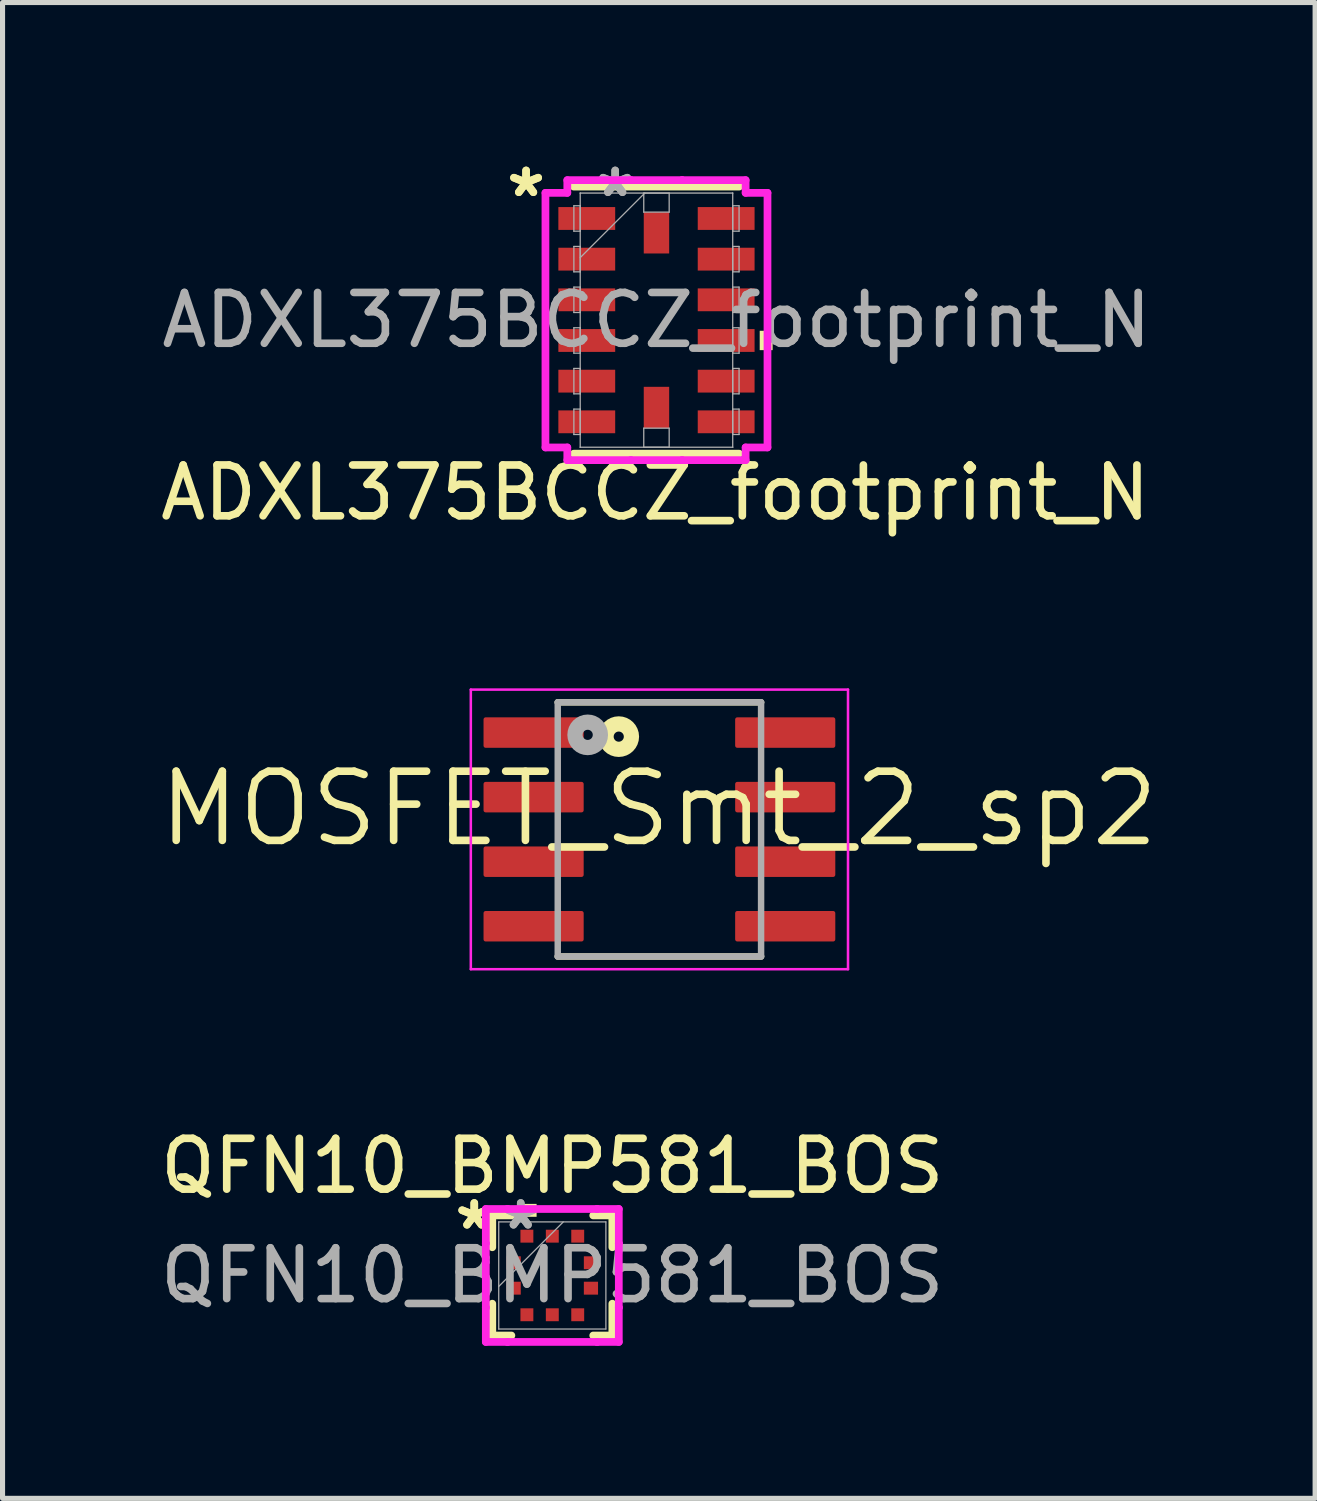
<source format=kicad_pcb>
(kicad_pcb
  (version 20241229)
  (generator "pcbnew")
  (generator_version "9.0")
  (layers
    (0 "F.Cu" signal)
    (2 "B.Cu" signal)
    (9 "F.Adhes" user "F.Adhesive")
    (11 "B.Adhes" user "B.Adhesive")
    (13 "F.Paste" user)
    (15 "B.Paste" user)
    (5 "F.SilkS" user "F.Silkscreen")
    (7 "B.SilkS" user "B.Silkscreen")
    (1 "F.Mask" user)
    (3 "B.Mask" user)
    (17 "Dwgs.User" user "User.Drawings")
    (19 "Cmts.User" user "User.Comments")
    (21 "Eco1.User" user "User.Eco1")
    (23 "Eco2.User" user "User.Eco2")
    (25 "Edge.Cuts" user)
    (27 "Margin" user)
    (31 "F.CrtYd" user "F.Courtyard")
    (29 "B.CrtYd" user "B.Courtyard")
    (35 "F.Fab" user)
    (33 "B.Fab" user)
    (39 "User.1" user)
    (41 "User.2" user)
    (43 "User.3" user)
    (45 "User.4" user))
  (footprint "MOSFET_Smt_2_sp2"
    (layer "F.Cu")
    (at 9.922 13.266)
    (property "Reference" "MOSFET_Smt_2_sp2" (at -0.011 -0.406 180) (layer "F.SilkS") (effects (font (size 1.361 1.361) (thickness 0.15))))
    (attr smd)
    (fp_line (start -2 -2.5) (end 2 -2.5) (stroke (width 0.127) (type solid)) (layer "F.SilkS"))
    (fp_line (start -2 2.5) (end 2 2.5) (stroke (width 0.127) (type solid)) (layer "F.SilkS"))
    (fp_circle (center -0.8 -1.825) (end -0.7 -1.825) (stroke (width 0.3) (type solid)) (fill no) (layer "F.SilkS"))
    (fp_line (start -3.71 -2.75) (end -3.71 2.75) (stroke (width 0.05) (type solid)) (layer "F.CrtYd"))
    (fp_line (start -3.71 -2.75) (end 3.71 -2.75) (stroke (width 0.05) (type solid)) (layer "F.CrtYd"))
    (fp_line (start -3.71 2.75) (end 3.71 2.75) (stroke (width 0.05) (type solid)) (layer "F.CrtYd"))
    (fp_line (start 3.71 -2.75) (end 3.71 2.75) (stroke (width 0.05) (type solid)) (layer "F.CrtYd"))
    (fp_line (start -2 -2.5) (end -2 2.5) (stroke (width 0.127) (type solid)) (layer "F.Fab"))
    (fp_line (start -2 -2.5) (end 2 -2.5) (stroke (width 0.127) (type solid)) (layer "F.Fab"))
    (fp_line (start -2 2.5) (end 2 2.5) (stroke (width 0.127) (type solid)) (layer "F.Fab"))
    (fp_line (start 2 -2.5) (end 2 2.5) (stroke (width 0.127) (type solid)) (layer "F.Fab"))
    (fp_circle (center -1.411 -1.86) (end -1.311 -1.86) (stroke (width 0.3) (type solid)) (fill no) (layer "F.Fab"))
    (pad "1" smd roundrect (at -2.475 -1.905) (size 1.97 0.6) (layers "F.Cu" "F.Mask" "F.Paste") (roundrect_rratio 0.07))
    (pad "2" smd roundrect (at -2.475 -0.635) (size 1.97 0.6) (layers "F.Cu" "F.Mask" "F.Paste") (roundrect_rratio 0.07))
    (pad "3" smd roundrect (at -2.475 0.635) (size 1.97 0.6) (layers "F.Cu" "F.Mask" "F.Paste") (roundrect_rratio 0.07))
    (pad "4" smd roundrect (at -2.475 1.905) (size 1.97 0.6) (layers "F.Cu" "F.Mask" "F.Paste") (roundrect_rratio 0.07))
    (pad "5" smd roundrect (at 2.475 1.905) (size 1.97 0.6) (layers "F.Cu" "F.Mask" "F.Paste") (roundrect_rratio 0.07))
    (pad "6" smd roundrect (at 2.475 0.635) (size 1.97 0.6) (layers "F.Cu" "F.Mask" "F.Paste") (roundrect_rratio 0.07))
    (pad "7" smd roundrect (at 2.475 -0.635) (size 1.97 0.6) (layers "F.Cu" "F.Mask" "F.Paste") (roundrect_rratio 0.07))
    (pad "8" smd roundrect (at 2.475 -1.905) (size 1.97 0.6) (layers "F.Cu" "F.Mask" "F.Paste") (roundrect_rratio 0.07)))
  (footprint "ADXL375BCCZ_footprint_N"
    (layer "F.Cu")
    (at 9.864 3.248)
    (property "Reference" "ADXL375BCCZ_footprint_N" (at -0.025 3.394 0) (unlocked yes) (layer "F.SilkS") (effects (font (size 1 1) (thickness 0.15))))
    (attr smd)
    (fp_line (start -1.627 2.627) (end 1.627 2.627) (stroke (width 0.152) (type solid)) (layer "F.SilkS"))
    (fp_line (start 1.627 -2.627) (end -1.627 -2.627) (stroke (width 0.152) (type solid)) (layer "F.SilkS"))
    (fp_poly (pts (xy 2.285 0.209) (xy 2.285 0.59) (xy 2.031 0.59) (xy 2.031 0.209)) (stroke (width 0) (type solid)) (fill yes) (layer "F.SilkS"))
    (fp_line (start -2.184 -2.504) (end -1.754 -2.504) (stroke (width 0.152) (type solid)) (layer "F.CrtYd"))
    (fp_line (start -2.184 2.504) (end -2.184 -2.504) (stroke (width 0.152) (type solid)) (layer "F.CrtYd"))
    (fp_line (start -1.754 -2.754) (end -0.504 -2.754) (stroke (width 0.152) (type solid)) (layer "F.CrtYd"))
    (fp_line (start -1.754 -2.504) (end -1.754 -2.754) (stroke (width 0.152) (type solid)) (layer "F.CrtYd"))
    (fp_line (start -1.754 2.504) (end -2.184 2.504) (stroke (width 0.152) (type solid)) (layer "F.CrtYd"))
    (fp_line (start -1.754 2.754) (end -1.754 2.504) (stroke (width 0.152) (type solid)) (layer "F.CrtYd"))
    (fp_line (start -0.504 -2.754) (end -0.504 -2.754) (stroke (width 0.152) (type solid)) (layer "F.CrtYd"))
    (fp_line (start -0.504 -2.754) (end 0.504 -2.754) (stroke (width 0.152) (type solid)) (layer "F.CrtYd"))
    (fp_line (start -0.504 2.754) (end -1.754 2.754) (stroke (width 0.152) (type solid)) (layer "F.CrtYd"))
    (fp_line (start -0.504 2.754) (end -0.504 2.754) (stroke (width 0.152) (type solid)) (layer "F.CrtYd"))
    (fp_line (start 0.504 -2.754) (end 0.504 -2.754) (stroke (width 0.152) (type solid)) (layer "F.CrtYd"))
    (fp_line (start 0.504 -2.754) (end 1.754 -2.754) (stroke (width 0.152) (type solid)) (layer "F.CrtYd"))
    (fp_line (start 0.504 2.754) (end -0.504 2.754) (stroke (width 0.152) (type solid)) (layer "F.CrtYd"))
    (fp_line (start 0.504 2.754) (end 0.504 2.754) (stroke (width 0.152) (type solid)) (layer "F.CrtYd"))
    (fp_line (start 1.754 -2.754) (end 1.754 -2.504) (stroke (width 0.152) (type solid)) (layer "F.CrtYd"))
    (fp_line (start 1.754 -2.504) (end 2.184 -2.504) (stroke (width 0.152) (type solid)) (layer "F.CrtYd"))
    (fp_line (start 1.754 2.504) (end 1.754 2.754) (stroke (width 0.152) (type solid)) (layer "F.CrtYd"))
    (fp_line (start 1.754 2.754) (end 0.504 2.754) (stroke (width 0.152) (type solid)) (layer "F.CrtYd"))
    (fp_line (start 2.184 -2.504) (end 2.184 2.504) (stroke (width 0.152) (type solid)) (layer "F.CrtYd"))
    (fp_line (start 2.184 2.504) (end 1.754 2.504) (stroke (width 0.152) (type solid)) (layer "F.CrtYd"))
    (fp_line (start -1.625 -2.25) (end -1.625 -1.75) (stroke (width 0.025) (type solid)) (layer "F.Fab"))
    (fp_line (start -1.625 -1.75) (end -1.5 -1.75) (stroke (width 0.025) (type solid)) (layer "F.Fab"))
    (fp_line (start -1.625 -1.45) (end -1.625 -0.95) (stroke (width 0.025) (type solid)) (layer "F.Fab"))
    (fp_line (start -1.625 -0.95) (end -1.5 -0.95) (stroke (width 0.025) (type solid)) (layer "F.Fab"))
    (fp_line (start -1.625 -0.65) (end -1.625 -0.15) (stroke (width 0.025) (type solid)) (layer "F.Fab"))
    (fp_line (start -1.625 -0.15) (end -1.5 -0.15) (stroke (width 0.025) (type solid)) (layer "F.Fab"))
    (fp_line (start -1.625 0.15) (end -1.625 0.65) (stroke (width 0.025) (type solid)) (layer "F.Fab"))
    (fp_line (start -1.625 0.65) (end -1.5 0.65) (stroke (width 0.025) (type solid)) (layer "F.Fab"))
    (fp_line (start -1.625 0.95) (end -1.625 1.45) (stroke (width 0.025) (type solid)) (layer "F.Fab"))
    (fp_line (start -1.625 1.45) (end -1.5 1.45) (stroke (width 0.025) (type solid)) (layer "F.Fab"))
    (fp_line (start -1.625 1.75) (end -1.625 2.25) (stroke (width 0.025) (type solid)) (layer "F.Fab"))
    (fp_line (start -1.625 2.25) (end -1.5 2.25) (stroke (width 0.025) (type solid)) (layer "F.Fab"))
    (fp_line (start -1.5 -2.5) (end -1.5 -2.5) (stroke (width 0.025) (type solid)) (layer "F.Fab"))
    (fp_line (start -1.5 -2.5) (end -1.5 2.5) (stroke (width 0.025) (type solid)) (layer "F.Fab"))
    (fp_line (start -1.5 -2.25) (end -1.625 -2.25) (stroke (width 0.025) (type solid)) (layer "F.Fab"))
    (fp_line (start -1.5 -1.75) (end -1.5 -2.25) (stroke (width 0.025) (type solid)) (layer "F.Fab"))
    (fp_line (start -1.5 -1.45) (end -1.625 -1.45) (stroke (width 0.025) (type solid)) (layer "F.Fab"))
    (fp_line (start -1.5 -1.23) (end -0.23 -2.5) (stroke (width 0.025) (type solid)) (layer "F.Fab"))
    (fp_line (start -1.5 -0.95) (end -1.5 -1.45) (stroke (width 0.025) (type solid)) (layer "F.Fab"))
    (fp_line (start -1.5 -0.65) (end -1.625 -0.65) (stroke (width 0.025) (type solid)) (layer "F.Fab"))
    (fp_line (start -1.5 -0.15) (end -1.5 -0.65) (stroke (width 0.025) (type solid)) (layer "F.Fab"))
    (fp_line (start -1.5 0.15) (end -1.625 0.15) (stroke (width 0.025) (type solid)) (layer "F.Fab"))
    (fp_line (start -1.5 0.65) (end -1.5 0.15) (stroke (width 0.025) (type solid)) (layer "F.Fab"))
    (fp_line (start -1.5 0.95) (end -1.625 0.95) (stroke (width 0.025) (type solid)) (layer "F.Fab"))
    (fp_line (start -1.5 1.45) (end -1.5 0.95) (stroke (width 0.025) (type solid)) (layer "F.Fab"))
    (fp_line (start -1.5 1.75) (end -1.625 1.75) (stroke (width 0.025) (type solid)) (layer "F.Fab"))
    (fp_line (start -1.5 2.25) (end -1.5 1.75) (stroke (width 0.025) (type solid)) (layer "F.Fab"))
    (fp_line (start -1.5 2.5) (end -1.5 2.5) (stroke (width 0.025) (type solid)) (layer "F.Fab"))
    (fp_line (start -1.5 2.5) (end 1.5 2.5) (stroke (width 0.025) (type solid)) (layer "F.Fab"))
    (fp_line (start -0.25 -2.5) (end 0.25 -2.5) (stroke (width 0.025) (type solid)) (layer "F.Fab"))
    (fp_line (start -0.25 -2.125) (end -0.25 -2.5) (stroke (width 0.025) (type solid)) (layer "F.Fab"))
    (fp_line (start -0.25 2.125) (end 0.25 2.125) (stroke (width 0.025) (type solid)) (layer "F.Fab"))
    (fp_line (start -0.25 2.5) (end -0.25 2.125) (stroke (width 0.025) (type solid)) (layer "F.Fab"))
    (fp_line (start 0.25 -2.5) (end 0.25 -2.125) (stroke (width 0.025) (type solid)) (layer "F.Fab"))
    (fp_line (start 0.25 -2.125) (end -0.25 -2.125) (stroke (width 0.025) (type solid)) (layer "F.Fab"))
    (fp_line (start 0.25 2.125) (end 0.25 2.5) (stroke (width 0.025) (type solid)) (layer "F.Fab"))
    (fp_line (start 0.25 2.5) (end -0.25 2.5) (stroke (width 0.025) (type solid)) (layer "F.Fab"))
    (fp_line (start 1.5 -2.5) (end -1.5 -2.5) (stroke (width 0.025) (type solid)) (layer "F.Fab"))
    (fp_line (start 1.5 -2.5) (end 1.5 -2.5) (stroke (width 0.025) (type solid)) (layer "F.Fab"))
    (fp_line (start 1.5 -2.25) (end 1.5 -1.75) (stroke (width 0.025) (type solid)) (layer "F.Fab"))
    (fp_line (start 1.5 -1.75) (end 1.625 -1.75) (stroke (width 0.025) (type solid)) (layer "F.Fab"))
    (fp_line (start 1.5 -1.45) (end 1.5 -0.95) (stroke (width 0.025) (type solid)) (layer "F.Fab"))
    (fp_line (start 1.5 -0.95) (end 1.625 -0.95) (stroke (width 0.025) (type solid)) (layer "F.Fab"))
    (fp_line (start 1.5 -0.65) (end 1.5 -0.15) (stroke (width 0.025) (type solid)) (layer "F.Fab"))
    (fp_line (start 1.5 -0.15) (end 1.625 -0.15) (stroke (width 0.025) (type solid)) (layer "F.Fab"))
    (fp_line (start 1.5 0.15) (end 1.5 0.65) (stroke (width 0.025) (type solid)) (layer "F.Fab"))
    (fp_line (start 1.5 0.65) (end 1.625 0.65) (stroke (width 0.025) (type solid)) (layer "F.Fab"))
    (fp_line (start 1.5 0.95) (end 1.5 1.45) (stroke (width 0.025) (type solid)) (layer "F.Fab"))
    (fp_line (start 1.5 1.45) (end 1.625 1.45) (stroke (width 0.025) (type solid)) (layer "F.Fab"))
    (fp_line (start 1.5 1.75) (end 1.5 2.25) (stroke (width 0.025) (type solid)) (layer "F.Fab"))
    (fp_line (start 1.5 2.25) (end 1.625 2.25) (stroke (width 0.025) (type solid)) (layer "F.Fab"))
    (fp_line (start 1.5 2.5) (end 1.5 -2.5) (stroke (width 0.025) (type solid)) (layer "F.Fab"))
    (fp_line (start 1.5 2.5) (end 1.5 2.5) (stroke (width 0.025) (type solid)) (layer "F.Fab"))
    (fp_line (start 1.625 -2.25) (end 1.5 -2.25) (stroke (width 0.025) (type solid)) (layer "F.Fab"))
    (fp_line (start 1.625 -1.75) (end 1.625 -2.25) (stroke (width 0.025) (type solid)) (layer "F.Fab"))
    (fp_line (start 1.625 -1.45) (end 1.5 -1.45) (stroke (width 0.025) (type solid)) (layer "F.Fab"))
    (fp_line (start 1.625 -0.95) (end 1.625 -1.45) (stroke (width 0.025) (type solid)) (layer "F.Fab"))
    (fp_line (start 1.625 -0.65) (end 1.5 -0.65) (stroke (width 0.025) (type solid)) (layer "F.Fab"))
    (fp_line (start 1.625 -0.15) (end 1.625 -0.65) (stroke (width 0.025) (type solid)) (layer "F.Fab"))
    (fp_line (start 1.625 0.15) (end 1.5 0.15) (stroke (width 0.025) (type solid)) (layer "F.Fab"))
    (fp_line (start 1.625 0.65) (end 1.625 0.15) (stroke (width 0.025) (type solid)) (layer "F.Fab"))
    (fp_line (start 1.625 0.95) (end 1.5 0.95) (stroke (width 0.025) (type solid)) (layer "F.Fab"))
    (fp_line (start 1.625 1.45) (end 1.625 0.95) (stroke (width 0.025) (type solid)) (layer "F.Fab"))
    (fp_line (start 1.625 1.75) (end 1.5 1.75) (stroke (width 0.025) (type solid)) (layer "F.Fab"))
    (fp_line (start 1.625 2.25) (end 1.625 1.75) (stroke (width 0.025) (type solid)) (layer "F.Fab"))
    (fp_text user "*" (at -2.565 -2.4 0) (unlocked yes) (layer "F.SilkS") (effects (font (size 1 1) (thickness 0.15))))
    (fp_text user "*" (at -2.565 -2.4 180) (layer "F.SilkS") (effects (font (size 1 1) (thickness 0.15))))
    (fp_text user "${REFERENCE}" (at 0 0 0) (unlocked yes) (layer "F.Fab") (effects (font (size 1 1) (thickness 0.15))))
    (fp_text user "*" (at -0.812 -2.4 0) (unlocked yes) (layer "F.Fab") (effects (font (size 1 1) (thickness 0.15))))
    (fp_text user "*" (at -0.812 -2.4 180) (layer "F.Fab") (effects (font (size 1 1) (thickness 0.15))))
    (pad "1" smd rect (at -1.371 -2 90) (size 0.449 1.118) (layers "F.Cu" "F.Mask" "F.Paste"))
    (pad "2" smd rect (at -1.371 -1.2 90) (size 0.449 1.118) (layers "F.Cu" "F.Mask" "F.Paste"))
    (pad "3" smd rect (at -1.371 -0.4 90) (size 0.449 1.118) (layers "F.Cu" "F.Mask" "F.Paste"))
    (pad "4" smd rect (at -1.371 0.4 90) (size 0.449 1.118) (layers "F.Cu" "F.Mask" "F.Paste"))
    (pad "5" smd rect (at -1.371 1.2 90) (size 0.449 1.118) (layers "F.Cu" "F.Mask" "F.Paste"))
    (pad "6" smd rect (at -1.371 2 90) (size 0.449 1.118) (layers "F.Cu" "F.Mask" "F.Paste"))
    (pad "7" smd rect (at 0 1.718) (size 0.5 0.813) (layers "F.Cu" "F.Mask" "F.Paste"))
    (pad "8" smd rect (at 1.371 2 90) (size 0.449 1.118) (layers "F.Cu" "F.Mask" "F.Paste"))
    (pad "9" smd rect (at 1.371 1.2 90) (size 0.449 1.118) (layers "F.Cu" "F.Mask" "F.Paste"))
    (pad "10" smd rect (at 1.371 0.4 90) (size 0.449 1.118) (layers "F.Cu" "F.Mask" "F.Paste"))
    (pad "11" smd rect (at 1.371 -0.4 90) (size 0.449 1.118) (layers "F.Cu" "F.Mask" "F.Paste"))
    (pad "12" smd rect (at 1.371 -1.2 90) (size 0.449 1.118) (layers "F.Cu" "F.Mask" "F.Paste"))
    (pad "13" smd rect (at 1.371 -2 90) (size 0.449 1.118) (layers "F.Cu" "F.Mask" "F.Paste"))
    (pad "14" smd rect (at 0 -1.718) (size 0.5 0.813) (layers "F.Cu" "F.Mask" "F.Paste")))
  (footprint "QFN10_BMP581_BOS"
    (layer "F.Cu")
    (at 7.815 22.041)
    (property "Reference" "QFN10_BMP581_BOS" (at 0 -2.153 0) (unlocked yes) (layer "F.SilkS") (effects (font (size 1 1) (thickness 0.15))))
    (attr smd)
    (fp_line (start -1.181 -1.181) (end -1.181 -0.555) (stroke (width 0.152) (type solid)) (layer "F.SilkS"))
    (fp_line (start -1.181 0.555) (end -1.181 1.181) (stroke (width 0.152) (type solid)) (layer "F.SilkS"))
    (fp_line (start -1.181 1.181) (end -0.805 1.181) (stroke (width 0.152) (type solid)) (layer "F.SilkS"))
    (fp_line (start -0.805 -1.181) (end -1.181 -1.181) (stroke (width 0.152) (type solid)) (layer "F.SilkS"))
    (fp_line (start 0.805 1.181) (end 1.181 1.181) (stroke (width 0.152) (type solid)) (layer "F.SilkS"))
    (fp_line (start 1.181 -1.181) (end 0.805 -1.181) (stroke (width 0.152) (type solid)) (layer "F.SilkS"))
    (fp_line (start 1.181 -0.555) (end 1.181 -1.181) (stroke (width 0.152) (type solid)) (layer "F.SilkS"))
    (fp_line (start 1.181 1.181) (end 1.181 0.555) (stroke (width 0.152) (type solid)) (layer "F.SilkS"))
    (fp_poly (pts (xy -0.69 -1.154) (xy -0.69 -1.408) (xy -0.309 -1.408) (xy -0.309 -1.154)) (stroke (width 0) (type solid)) (fill yes) (layer "F.SilkS"))
    (fp_line (start -1.308 -1.308) (end -0.881 -1.308) (stroke (width 0.152) (type solid)) (layer "F.CrtYd"))
    (fp_line (start -1.308 -0.631) (end -1.308 -1.308) (stroke (width 0.152) (type solid)) (layer "F.CrtYd"))
    (fp_line (start -1.308 -0.631) (end -1.308 -0.631) (stroke (width 0.152) (type solid)) (layer "F.CrtYd"))
    (fp_line (start -1.308 0.631) (end -1.308 -0.631) (stroke (width 0.152) (type solid)) (layer "F.CrtYd"))
    (fp_line (start -1.308 0.631) (end -1.308 0.631) (stroke (width 0.152) (type solid)) (layer "F.CrtYd"))
    (fp_line (start -1.308 1.308) (end -1.308 0.631) (stroke (width 0.152) (type solid)) (layer "F.CrtYd"))
    (fp_line (start -1.308 1.308) (end -0.881 1.308) (stroke (width 0.152) (type solid)) (layer "F.CrtYd"))
    (fp_line (start -0.881 -1.308) (end -0.881 -1.308) (stroke (width 0.152) (type solid)) (layer "F.CrtYd"))
    (fp_line (start -0.881 -1.308) (end 0.881 -1.308) (stroke (width 0.152) (type solid)) (layer "F.CrtYd"))
    (fp_line (start -0.881 1.308) (end -0.881 1.308) (stroke (width 0.152) (type solid)) (layer "F.CrtYd"))
    (fp_line (start -0.881 1.308) (end 0.881 1.308) (stroke (width 0.152) (type solid)) (layer "F.CrtYd"))
    (fp_line (start 0.881 -1.308) (end 0.881 -1.308) (stroke (width 0.152) (type solid)) (layer "F.CrtYd"))
    (fp_line (start 0.881 -1.308) (end 1.308 -1.308) (stroke (width 0.152) (type solid)) (layer "F.CrtYd"))
    (fp_line (start 0.881 1.308) (end 0.881 1.308) (stroke (width 0.152) (type solid)) (layer "F.CrtYd"))
    (fp_line (start 0.881 1.308) (end 1.308 1.308) (stroke (width 0.152) (type solid)) (layer "F.CrtYd"))
    (fp_line (start 1.308 -0.631) (end 1.308 -1.308) (stroke (width 0.152) (type solid)) (layer "F.CrtYd"))
    (fp_line (start 1.308 -0.631) (end 1.308 -0.631) (stroke (width 0.152) (type solid)) (layer "F.CrtYd"))
    (fp_line (start 1.308 0.631) (end 1.308 -0.631) (stroke (width 0.152) (type solid)) (layer "F.CrtYd"))
    (fp_line (start 1.308 0.631) (end 1.308 0.631) (stroke (width 0.152) (type solid)) (layer "F.CrtYd"))
    (fp_line (start 1.308 1.308) (end 1.308 0.631) (stroke (width 0.152) (type solid)) (layer "F.CrtYd"))
    (fp_line (start -1.054 -1.054) (end -1.054 1.054) (stroke (width 0.025) (type solid)) (layer "F.Fab"))
    (fp_line (start -1.054 0.216) (end 0.216 -1.054) (stroke (width 0.025) (type solid)) (layer "F.Fab"))
    (fp_line (start -1.054 1.054) (end 1.054 1.054) (stroke (width 0.025) (type solid)) (layer "F.Fab"))
    (fp_line (start 1.054 -1.054) (end -1.054 -1.054) (stroke (width 0.025) (type solid)) (layer "F.Fab"))
    (fp_line (start 1.054 1.054) (end 1.054 -1.054) (stroke (width 0.025) (type solid)) (layer "F.Fab"))
    (fp_text user "*" (at -1.535 -0.881 0) (layer "F.SilkS") (effects (font (size 1 1) (thickness 0.15))))
    (fp_text user "*" (at -1.535 -0.881 0) (unlocked yes) (layer "F.SilkS") (effects (font (size 1 1) (thickness 0.15))))
    (fp_text user "*" (at -0.621 -0.881 0) (layer "F.Fab") (effects (font (size 1 1) (thickness 0.15))))
    (fp_text user "${REFERENCE}" (at 0 0 0) (unlocked yes) (layer "F.Fab") (effects (font (size 1 1) (thickness 0.15))))
    (fp_text user "*" (at -0.621 -0.881 0) (unlocked yes) (layer "F.Fab") (effects (font (size 1 1) (thickness 0.15))))
    (pad "1" smd rect (at -0.76 -0.25 90) (size 0.254 0.279) (layers "F.Cu" "F.Mask" "F.Paste"))
    (pad "2" smd rect (at -0.76 0.25 90) (size 0.254 0.279) (layers "F.Cu" "F.Mask" "F.Paste"))
    (pad "3" smd rect (at -0.5 0.773) (size 0.254 0.254) (layers "F.Cu" "F.Mask" "F.Paste"))
    (pad "4" smd rect (at 0 0.773) (size 0.254 0.254) (layers "F.Cu" "F.Mask" "F.Paste"))
    (pad "5" smd rect (at 0.5 0.773) (size 0.254 0.254) (layers "F.Cu" "F.Mask" "F.Paste"))
    (pad "6" smd rect (at 0.76 0.25 90) (size 0.254 0.279) (layers "F.Cu" "F.Mask" "F.Paste"))
    (pad "7" smd rect (at 0.76 -0.25 90) (size 0.254 0.279) (layers "F.Cu" "F.Mask" "F.Paste"))
    (pad "8" smd rect (at 0.5 -0.773) (size 0.254 0.254) (layers "F.Cu" "F.Mask" "F.Paste"))
    (pad "9" smd rect (at 0 -0.773) (size 0.254 0.254) (layers "F.Cu" "F.Mask" "F.Paste"))
    (pad "10" smd rect (at -0.5 -0.773) (size 0.254 0.254) (layers "F.Cu" "F.Mask" "F.Paste")))
  (gr_rect
    (start -3 -3)
    (end 22.821 26.426)
    (stroke (width 0.1) (type default))
    (fill no)
    (layer "Edge.Cuts")))
</source>
